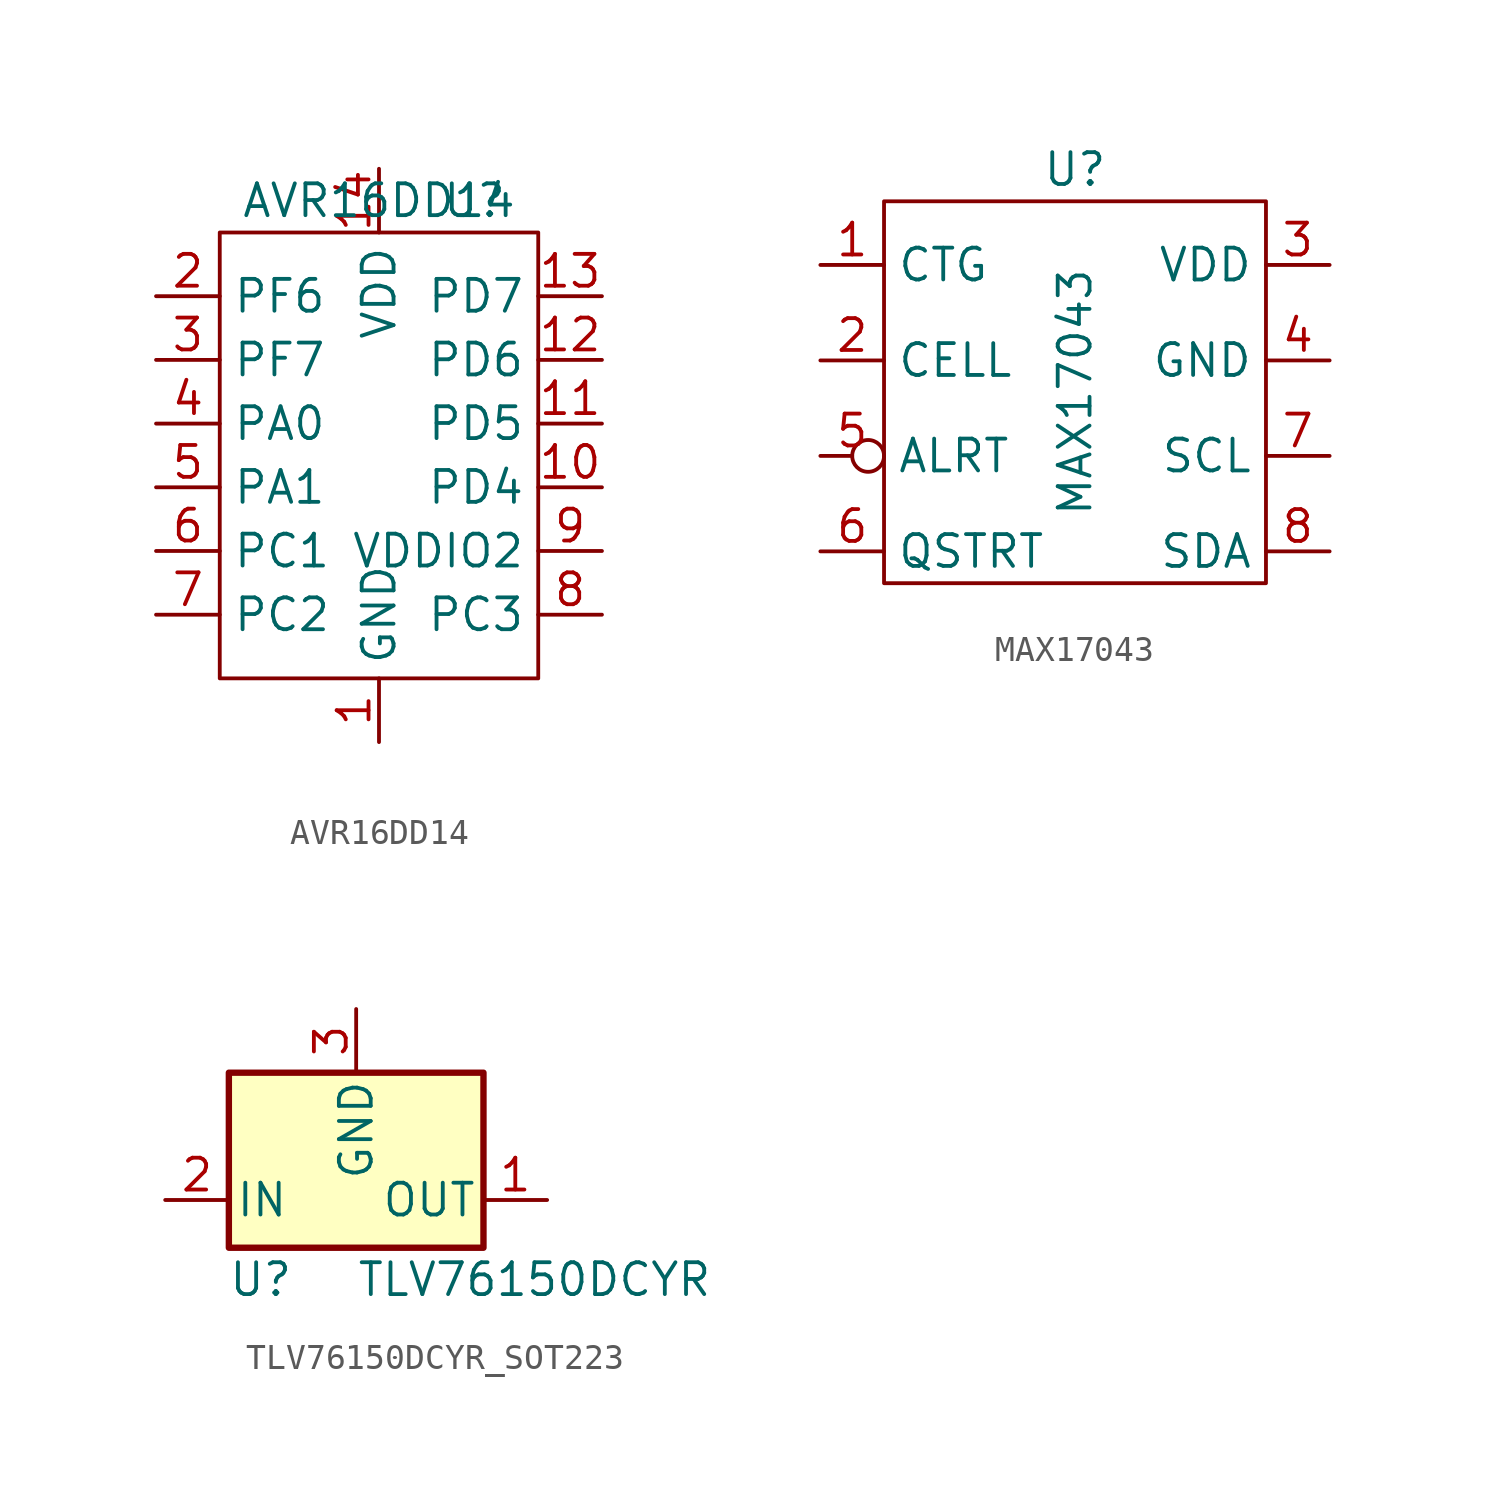
<source format=kicad_sym>
(kicad_symbol_lib
  (version 20220914)
  (generator kicad_symbol_editor)
  (symbol "AVR16DD14"
    (property "Reference" "U"
      (at 3.81 0 0)
      (effects (font (size 1.27 1.27))))
    (property "Value" "AVR16DD14"
      (at 0 0 0)
      (effects (font (size 1.27 1.27))))
    (symbol "AVR16DD14_0_1"
      (rectangle (start -6.35 -1.27) (end 6.35 -19.05) (stroke (width 0) (type default)) (fill (type none))))
    (symbol "AVR16DD14_1_1"
      (pin unspecified line (at 0 -21.59 90) (length 2.54) (name "GND" (effects (font (size 1.27 1.27)))) (number "1" (effects (font (size 1.27 1.27)))))
      (pin unspecified line (at 8.89 -11.43 180) (length 2.54) (name "PD4" (effects (font (size 1.27 1.27)))) (number "10" (effects (font (size 1.27 1.27)))))
      (pin unspecified line (at 8.89 -8.89 180) (length 2.54) (name "PD5" (effects (font (size 1.27 1.27)))) (number "11" (effects (font (size 1.27 1.27)))))
      (pin unspecified line (at 8.89 -6.35 180) (length 2.54) (name "PD6" (effects (font (size 1.27 1.27)))) (number "12" (effects (font (size 1.27 1.27)))))
      (pin unspecified line (at 8.89 -3.81 180) (length 2.54) (name "PD7" (effects (font (size 1.27 1.27)))) (number "13" (effects (font (size 1.27 1.27)))))
      (pin unspecified line (at 0 1.27 270) (length 2.54) (name "VDD" (effects (font (size 1.27 1.27)))) (number "14" (effects (font (size 1.27 1.27)))))
      (pin unspecified line (at -8.89 -3.81 0) (length 2.54) (name "PF6" (effects (font (size 1.27 1.27)))) (number "2" (effects (font (size 1.27 1.27)))))
      (pin unspecified line (at -8.89 -6.35 0) (length 2.54) (name "PF7" (effects (font (size 1.27 1.27)))) (number "3" (effects (font (size 1.27 1.27)))))
      (pin unspecified line (at -8.89 -8.89 0) (length 2.54) (name "PA0" (effects (font (size 1.27 1.27)))) (number "4" (effects (font (size 1.27 1.27)))))
      (pin unspecified line (at -8.89 -11.43 0) (length 2.54) (name "PA1" (effects (font (size 1.27 1.27)))) (number "5" (effects (font (size 1.27 1.27)))))
      (pin unspecified line (at -8.89 -13.97 0) (length 2.54) (name "PC1" (effects (font (size 1.27 1.27)))) (number "6" (effects (font (size 1.27 1.27)))))
      (pin unspecified line (at -8.89 -16.51 0) (length 2.54) (name "PC2" (effects (font (size 1.27 1.27)))) (number "7" (effects (font (size 1.27 1.27)))))
      (pin unspecified line (at 8.89 -16.51 180) (length 2.54) (name "PC3" (effects (font (size 1.27 1.27)))) (number "8" (effects (font (size 1.27 1.27)))))
      (pin unspecified line (at 8.89 -13.97 180) (length 2.54) (name "VDDIO2" (effects (font (size 1.27 1.27)))) (number "9" (effects (font (size 1.27 1.27)))))))
  (symbol "MAX17043"
    (property "Reference" "U"
      (at 0 0 0)
      (effects (font (size 1.27 1.27))))
    (property "Value" "MAX17043"
      (at 0 -8.89 90)
      (effects (font (size 1.27 1.27))))
    (symbol "MAX17043_0_1"
      (rectangle (start -7.62 -1.27) (end 7.62 -16.51) (stroke (width 0) (type default)) (fill (type none))))
    (symbol "MAX17043_1_1"
      (pin unspecified line (at -10.16 -3.81 0) (length 2.54) (name "CTG" (effects (font (size 1.27 1.27)))) (number "1" (effects (font (size 1.27 1.27)))))
      (pin unspecified line (at -10.16 -7.62 0) (length 2.54) (name "CELL" (effects (font (size 1.27 1.27)))) (number "2" (effects (font (size 1.27 1.27)))))
      (pin power_in line (at 10.16 -3.81 180) (length 2.54) (name "VDD" (effects (font (size 1.27 1.27)))) (number "3" (effects (font (size 1.27 1.27)))))
      (pin power_out line (at 10.16 -7.62 180) (length 2.54) (name "GND" (effects (font (size 1.27 1.27)))) (number "4" (effects (font (size 1.27 1.27)))))
      (pin unspecified inverted (at -10.16 -11.43 0) (length 2.54) (name "ALRT" (effects (font (size 1.27 1.27)))) (number "5" (effects (font (size 1.27 1.27)))))
      (pin unspecified line (at -10.16 -15.24 0) (length 2.54) (name "QSTRT" (effects (font (size 1.27 1.27)))) (number "6" (effects (font (size 1.27 1.27)))))
      (pin unspecified line (at 10.16 -11.43 180) (length 2.54) (name "SCL" (effects (font (size 1.27 1.27)))) (number "7" (effects (font (size 1.27 1.27)))))
      (pin unspecified line (at 10.16 -15.24 180) (length 2.54) (name "SDA" (effects (font (size 1.27 1.27)))) (number "8" (effects (font (size 1.27 1.27)))))))
  (symbol "TLV76150DCYR_SOT223"
    (pin_names
      (offset 0.254))
    (property "Reference" "U"
      (at -3.81 -3.175 0)
      (effects (font (size 1.27 1.27))))
    (property "Value" "TLV76150DCYR"
      (at 0 -3.175 0)
      (effects (font (size 1.27 1.27)) (justify left)))
    (symbol "TLV76150DCYR_SOT223_0_1"
      (rectangle (start -5.08 -1.905) (end 5.08 5.08) (stroke (width 0.254) (type default)) (fill (type background))))
    (symbol "TLV76150DCYR_SOT223_1_1"
      (pin power_out line (at 7.62 0 180) (length 2.54) (name "OUT" (effects (font (size 1.27 1.27)))) (number "1" (effects (font (size 1.27 1.27)))))
      (pin power_in line (at -7.62 0 0) (length 2.54) (name "IN" (effects (font (size 1.27 1.27)))) (number "2" (effects (font (size 1.27 1.27)))))
      (pin power_in line (at 0 7.62 270) (length 2.54) (name "GND" (effects (font (size 1.27 1.27)))) (number "3" (effects (font (size 1.27 1.27))))))))
</source>
